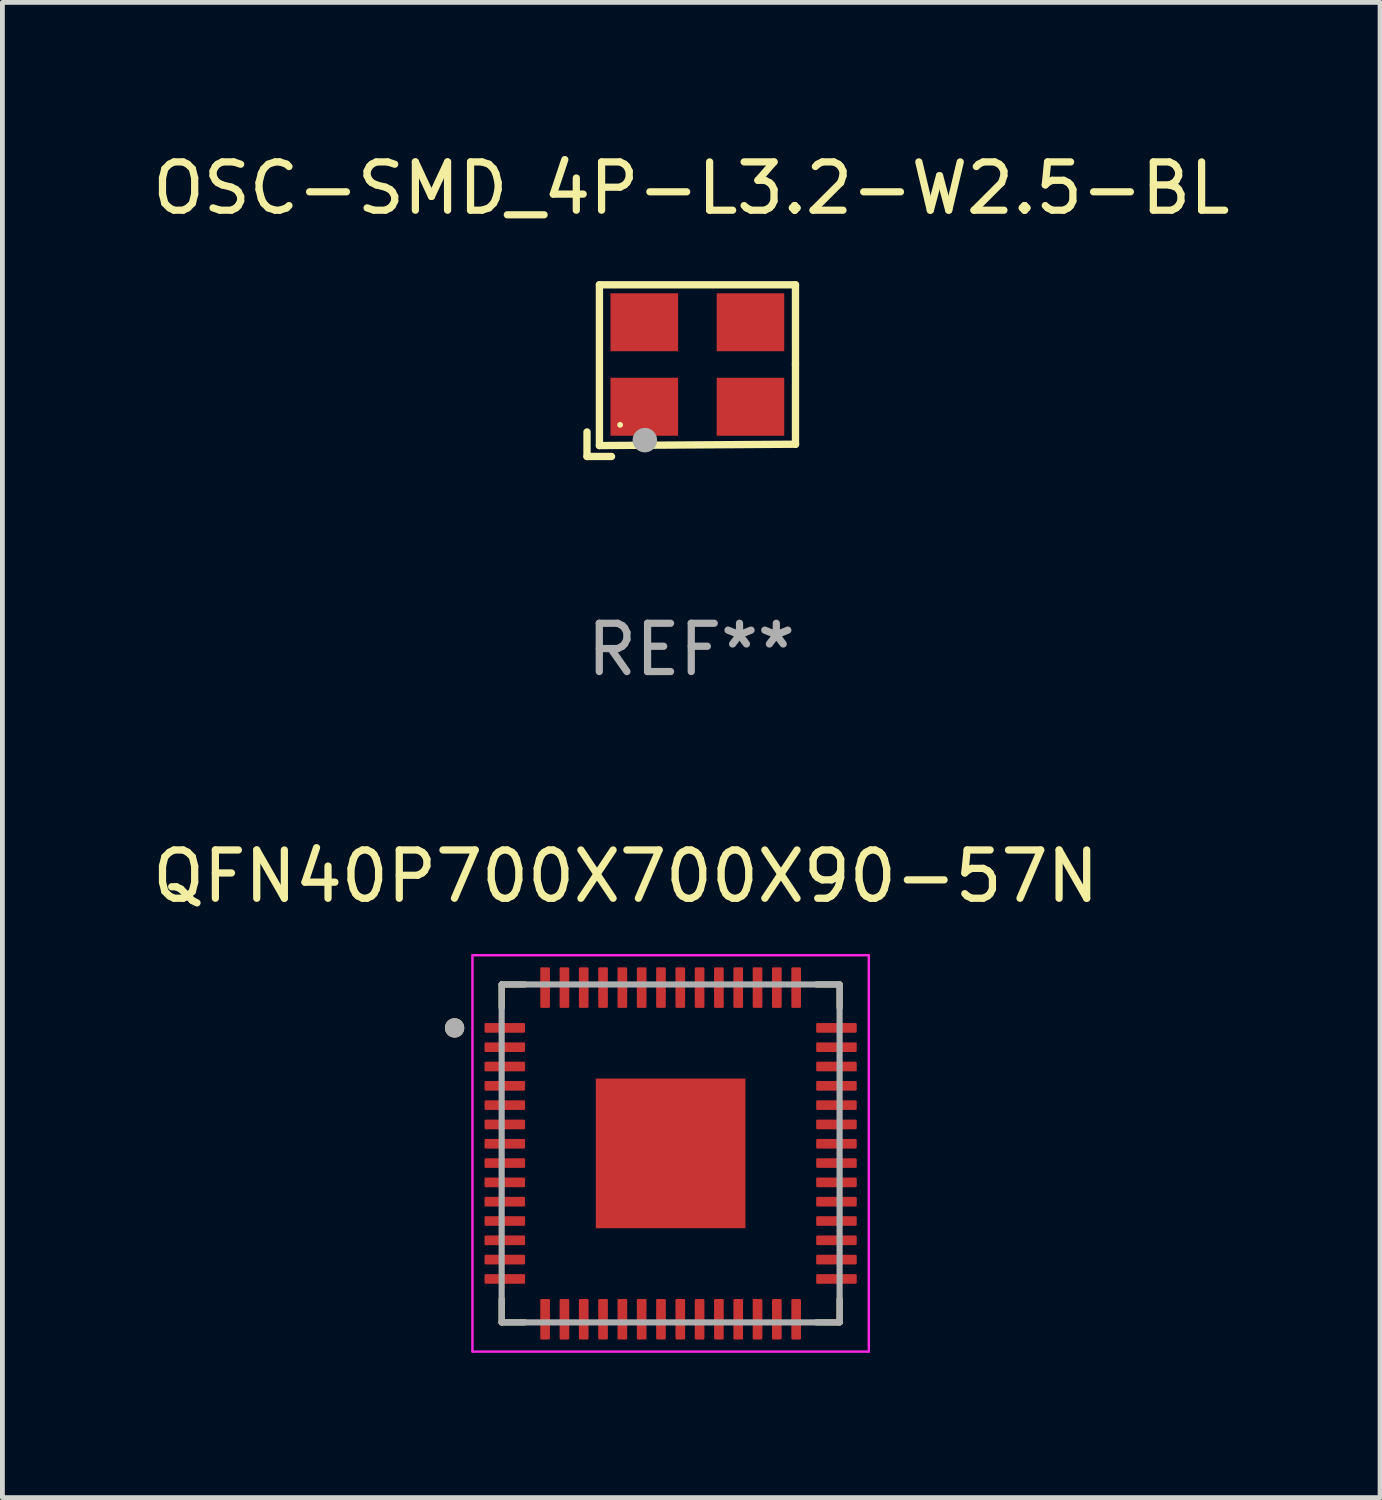
<source format=kicad_pcb>
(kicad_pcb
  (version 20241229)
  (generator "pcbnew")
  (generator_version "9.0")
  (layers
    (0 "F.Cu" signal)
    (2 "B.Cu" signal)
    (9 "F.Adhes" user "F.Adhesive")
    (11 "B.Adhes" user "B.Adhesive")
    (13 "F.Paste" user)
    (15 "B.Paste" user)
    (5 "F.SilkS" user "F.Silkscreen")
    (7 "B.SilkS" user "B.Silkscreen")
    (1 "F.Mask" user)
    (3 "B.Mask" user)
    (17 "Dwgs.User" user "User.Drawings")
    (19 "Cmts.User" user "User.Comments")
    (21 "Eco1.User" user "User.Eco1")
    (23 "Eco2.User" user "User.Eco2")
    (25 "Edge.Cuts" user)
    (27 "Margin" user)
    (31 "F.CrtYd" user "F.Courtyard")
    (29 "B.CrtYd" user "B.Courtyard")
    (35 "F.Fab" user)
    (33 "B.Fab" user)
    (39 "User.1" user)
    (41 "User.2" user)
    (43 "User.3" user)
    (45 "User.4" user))
  (footprint "OSC-SMD_4P-L3.2-W2.5-BL"
    (layer "F.Cu")
    (at 11.395 4.5)
    (property "Reference" "OSC-SMD_4P-L3.2-W2.5-BL" (at -0.127 -3.651 0) (layer "F.SilkS") (effects (font (size 1 1) (thickness 0.15))))
    (attr smd)
    (fp_line (start -2.286 1.397) (end -2.286 1.905) (stroke (width 0.152) (type solid)) (layer "F.SilkS"))
    (fp_line (start -2.286 1.905) (end -1.778 1.905) (stroke (width 0.152) (type solid)) (layer "F.SilkS"))
    (fp_line (start -2.029 -1.651) (end 2.032 -1.651) (stroke (width 0.152) (type solid)) (layer "F.SilkS"))
    (fp_line (start -2.029 1.679) (end -2.029 -1.651) (stroke (width 0.152) (type solid)) (layer "F.SilkS"))
    (fp_line (start 2.032 -1.651) (end 2.032 -0.000127) (stroke (width 0.152) (type solid)) (layer "F.SilkS"))
    (fp_line (start 2.032 -0.000127) (end 2.032 1.651) (stroke (width 0.152) (type solid)) (layer "F.SilkS"))
    (fp_line (start 2.032 1.651) (end -2.029 1.679) (stroke (width 0.152) (type solid)) (layer "F.SilkS"))
    (fp_line (start 2.032 1.651) (end 2.032 1.651) (stroke (width 0.152) (type solid)) (layer "F.SilkS"))
    (fp_circle (center -1.6 1.25) (end -1.57 1.25) (stroke (width 0.06) (type solid)) (fill no) (layer "F.SilkS"))
    (fp_circle (center -1.088 1.567) (end -0.961 1.567) (stroke (width 0.254) (type solid)) (fill no) (layer "F.Fab"))
    (fp_text user "REF**" (at -0.127 5.905 0) (layer "F.Fab") (effects (font (size 1 1) (thickness 0.15))))
    (pad "1" smd rect (at -1.1 0.875) (size 1.4 1.2) (layers "F.Cu" "F.Mask" "F.Paste"))
    (pad "2" smd rect (at 1.1 0.875) (size 1.4 1.2) (layers "F.Cu" "F.Mask" "F.Paste"))
    (pad "3" smd rect (at 1.1 -0.875) (size 1.4 1.2) (layers "F.Cu" "F.Mask" "F.Paste"))
    (pad "4" smd rect (at -1.1 -0.875) (size 1.4 1.2) (layers "F.Cu" "F.Mask" "F.Paste")))
  (footprint "QFN40P700X700X90-57N"
    (layer "F.Cu")
    (at 10.841 20.841)
    (property "Reference" "QFN40P700X700X90-57N" (at -0.93 -5.74 0) (layer "F.SilkS") (effects (font (size 1 1) (thickness 0.15))))
    (attr smd)
    (fp_line (start -3.5 -3.5) (end -3.5 -3.02) (stroke (width 0.127) (type solid)) (layer "F.SilkS"))
    (fp_line (start -3.5 -3.5) (end -3.02 -3.5) (stroke (width 0.127) (type solid)) (layer "F.SilkS"))
    (fp_line (start -3.5 3.5) (end -3.5 3.02) (stroke (width 0.127) (type solid)) (layer "F.SilkS"))
    (fp_line (start -3.5 3.5) (end -3.02 3.5) (stroke (width 0.127) (type solid)) (layer "F.SilkS"))
    (fp_line (start 3.5 -3.5) (end 3.02 -3.5) (stroke (width 0.127) (type solid)) (layer "F.SilkS"))
    (fp_line (start 3.5 -3.5) (end 3.5 -3.02) (stroke (width 0.127) (type solid)) (layer "F.SilkS"))
    (fp_line (start 3.5 3.5) (end 3.02 3.5) (stroke (width 0.127) (type solid)) (layer "F.SilkS"))
    (fp_line (start 3.5 3.5) (end 3.5 3.02) (stroke (width 0.127) (type solid)) (layer "F.SilkS"))
    (fp_circle (center -4.475 -2.6) (end -4.375 -2.6) (stroke (width 0.2) (type solid)) (fill no) (layer "F.SilkS"))
    (fp_poly (pts (xy -0.98 -0.98) (xy 0.98 -0.98) (xy 0.98 0.98) (xy -0.98 0.98)) (stroke (width 0.01) (type solid)) (fill yes) (layer "F.Paste"))
    (fp_line (start -4.105 -4.105) (end 4.105 -4.105) (stroke (width 0.05) (type solid)) (layer "F.CrtYd"))
    (fp_line (start -4.105 4.105) (end -4.105 -4.105) (stroke (width 0.05) (type solid)) (layer "F.CrtYd"))
    (fp_line (start -4.105 4.105) (end 4.105 4.105) (stroke (width 0.05) (type solid)) (layer "F.CrtYd"))
    (fp_line (start 4.105 4.105) (end 4.105 -4.105) (stroke (width 0.05) (type solid)) (layer "F.CrtYd"))
    (fp_line (start -3.5 3.5) (end -3.5 -3.5) (stroke (width 0.127) (type solid)) (layer "F.Fab"))
    (fp_line (start 3.5 -3.5) (end -3.5 -3.5) (stroke (width 0.127) (type solid)) (layer "F.Fab"))
    (fp_line (start 3.5 3.5) (end -3.5 3.5) (stroke (width 0.127) (type solid)) (layer "F.Fab"))
    (fp_line (start 3.5 3.5) (end 3.5 -3.5) (stroke (width 0.127) (type solid)) (layer "F.Fab"))
    (fp_circle (center -4.475 -2.6) (end -4.375 -2.6) (stroke (width 0.2) (type solid)) (fill no) (layer "F.Fab"))
    (pad "1" smd roundrect (at -3.435 -2.6) (size 0.84 0.2) (layers "F.Cu" "F.Mask" "F.Paste") (roundrect_rratio 0.125))
    (pad "2" smd roundrect (at -3.435 -2.2) (size 0.84 0.2) (layers "F.Cu" "F.Mask" "F.Paste") (roundrect_rratio 0.125))
    (pad "3" smd roundrect (at -3.435 -1.8) (size 0.84 0.2) (layers "F.Cu" "F.Mask" "F.Paste") (roundrect_rratio 0.125))
    (pad "4" smd roundrect (at -3.435 -1.4) (size 0.84 0.2) (layers "F.Cu" "F.Mask" "F.Paste") (roundrect_rratio 0.125))
    (pad "5" smd roundrect (at -3.435 -1) (size 0.84 0.2) (layers "F.Cu" "F.Mask" "F.Paste") (roundrect_rratio 0.125))
    (pad "6" smd roundrect (at -3.435 -0.6) (size 0.84 0.2) (layers "F.Cu" "F.Mask" "F.Paste") (roundrect_rratio 0.125))
    (pad "7" smd roundrect (at -3.435 -0.2) (size 0.84 0.2) (layers "F.Cu" "F.Mask" "F.Paste") (roundrect_rratio 0.125))
    (pad "8" smd roundrect (at -3.435 0.2) (size 0.84 0.2) (layers "F.Cu" "F.Mask" "F.Paste") (roundrect_rratio 0.125))
    (pad "9" smd roundrect (at -3.435 0.6) (size 0.84 0.2) (layers "F.Cu" "F.Mask" "F.Paste") (roundrect_rratio 0.125))
    (pad "10" smd roundrect (at -3.435 1) (size 0.84 0.2) (layers "F.Cu" "F.Mask" "F.Paste") (roundrect_rratio 0.125))
    (pad "11" smd roundrect (at -3.435 1.4) (size 0.84 0.2) (layers "F.Cu" "F.Mask" "F.Paste") (roundrect_rratio 0.125))
    (pad "12" smd roundrect (at -3.435 1.8) (size 0.84 0.2) (layers "F.Cu" "F.Mask" "F.Paste") (roundrect_rratio 0.125))
    (pad "13" smd roundrect (at -3.435 2.2) (size 0.84 0.2) (layers "F.Cu" "F.Mask" "F.Paste") (roundrect_rratio 0.125))
    (pad "14" smd roundrect (at -3.435 2.6) (size 0.84 0.2) (layers "F.Cu" "F.Mask" "F.Paste") (roundrect_rratio 0.125))
    (pad "15" smd roundrect (at -2.6 3.435) (size 0.2 0.84) (layers "F.Cu" "F.Mask" "F.Paste") (roundrect_rratio 0.125))
    (pad "16" smd roundrect (at -2.2 3.435) (size 0.2 0.84) (layers "F.Cu" "F.Mask" "F.Paste") (roundrect_rratio 0.125))
    (pad "17" smd roundrect (at -1.8 3.435) (size 0.2 0.84) (layers "F.Cu" "F.Mask" "F.Paste") (roundrect_rratio 0.125))
    (pad "18" smd roundrect (at -1.4 3.435) (size 0.2 0.84) (layers "F.Cu" "F.Mask" "F.Paste") (roundrect_rratio 0.125))
    (pad "19" smd roundrect (at -1 3.435) (size 0.2 0.84) (layers "F.Cu" "F.Mask" "F.Paste") (roundrect_rratio 0.125))
    (pad "20" smd roundrect (at -0.6 3.435) (size 0.2 0.84) (layers "F.Cu" "F.Mask" "F.Paste") (roundrect_rratio 0.125))
    (pad "21" smd roundrect (at -0.2 3.435) (size 0.2 0.84) (layers "F.Cu" "F.Mask" "F.Paste") (roundrect_rratio 0.125))
    (pad "22" smd roundrect (at 0.2 3.435) (size 0.2 0.84) (layers "F.Cu" "F.Mask" "F.Paste") (roundrect_rratio 0.125))
    (pad "23" smd roundrect (at 0.6 3.435) (size 0.2 0.84) (layers "F.Cu" "F.Mask" "F.Paste") (roundrect_rratio 0.125))
    (pad "24" smd roundrect (at 1 3.435) (size 0.2 0.84) (layers "F.Cu" "F.Mask" "F.Paste") (roundrect_rratio 0.125))
    (pad "25" smd roundrect (at 1.4 3.435) (size 0.2 0.84) (layers "F.Cu" "F.Mask" "F.Paste") (roundrect_rratio 0.125))
    (pad "26" smd roundrect (at 1.8 3.435) (size 0.2 0.84) (layers "F.Cu" "F.Mask" "F.Paste") (roundrect_rratio 0.125))
    (pad "27" smd roundrect (at 2.2 3.435) (size 0.2 0.84) (layers "F.Cu" "F.Mask" "F.Paste") (roundrect_rratio 0.125))
    (pad "28" smd roundrect (at 2.6 3.435) (size 0.2 0.84) (layers "F.Cu" "F.Mask" "F.Paste") (roundrect_rratio 0.125))
    (pad "29" smd roundrect (at 3.435 2.6) (size 0.84 0.2) (layers "F.Cu" "F.Mask" "F.Paste") (roundrect_rratio 0.125))
    (pad "30" smd roundrect (at 3.435 2.2) (size 0.84 0.2) (layers "F.Cu" "F.Mask" "F.Paste") (roundrect_rratio 0.125))
    (pad "31" smd roundrect (at 3.435 1.8) (size 0.84 0.2) (layers "F.Cu" "F.Mask" "F.Paste") (roundrect_rratio 0.125))
    (pad "32" smd roundrect (at 3.435 1.4) (size 0.84 0.2) (layers "F.Cu" "F.Mask" "F.Paste") (roundrect_rratio 0.125))
    (pad "33" smd roundrect (at 3.435 1) (size 0.84 0.2) (layers "F.Cu" "F.Mask" "F.Paste") (roundrect_rratio 0.125))
    (pad "34" smd roundrect (at 3.435 0.6) (size 0.84 0.2) (layers "F.Cu" "F.Mask" "F.Paste") (roundrect_rratio 0.125))
    (pad "35" smd roundrect (at 3.435 0.2) (size 0.84 0.2) (layers "F.Cu" "F.Mask" "F.Paste") (roundrect_rratio 0.125))
    (pad "36" smd roundrect (at 3.435 -0.2) (size 0.84 0.2) (layers "F.Cu" "F.Mask" "F.Paste") (roundrect_rratio 0.125))
    (pad "37" smd roundrect (at 3.435 -0.6) (size 0.84 0.2) (layers "F.Cu" "F.Mask" "F.Paste") (roundrect_rratio 0.125))
    (pad "38" smd roundrect (at 3.435 -1) (size 0.84 0.2) (layers "F.Cu" "F.Mask" "F.Paste") (roundrect_rratio 0.125))
    (pad "39" smd roundrect (at 3.435 -1.4) (size 0.84 0.2) (layers "F.Cu" "F.Mask" "F.Paste") (roundrect_rratio 0.125))
    (pad "40" smd roundrect (at 3.435 -1.8) (size 0.84 0.2) (layers "F.Cu" "F.Mask" "F.Paste") (roundrect_rratio 0.125))
    (pad "41" smd roundrect (at 3.435 -2.2) (size 0.84 0.2) (layers "F.Cu" "F.Mask" "F.Paste") (roundrect_rratio 0.125))
    (pad "42" smd roundrect (at 3.435 -2.6) (size 0.84 0.2) (layers "F.Cu" "F.Mask" "F.Paste") (roundrect_rratio 0.125))
    (pad "43" smd roundrect (at 2.6 -3.435) (size 0.2 0.84) (layers "F.Cu" "F.Mask" "F.Paste") (roundrect_rratio 0.125))
    (pad "44" smd roundrect (at 2.2 -3.435) (size 0.2 0.84) (layers "F.Cu" "F.Mask" "F.Paste") (roundrect_rratio 0.125))
    (pad "45" smd roundrect (at 1.8 -3.435) (size 0.2 0.84) (layers "F.Cu" "F.Mask" "F.Paste") (roundrect_rratio 0.125))
    (pad "46" smd roundrect (at 1.4 -3.435) (size 0.2 0.84) (layers "F.Cu" "F.Mask" "F.Paste") (roundrect_rratio 0.125))
    (pad "47" smd roundrect (at 1 -3.435) (size 0.2 0.84) (layers "F.Cu" "F.Mask" "F.Paste") (roundrect_rratio 0.125))
    (pad "48" smd roundrect (at 0.6 -3.435) (size 0.2 0.84) (layers "F.Cu" "F.Mask" "F.Paste") (roundrect_rratio 0.125))
    (pad "49" smd roundrect (at 0.2 -3.435) (size 0.2 0.84) (layers "F.Cu" "F.Mask" "F.Paste") (roundrect_rratio 0.125))
    (pad "50" smd roundrect (at -0.2 -3.435) (size 0.2 0.84) (layers "F.Cu" "F.Mask" "F.Paste") (roundrect_rratio 0.125))
    (pad "51" smd roundrect (at -0.6 -3.435) (size 0.2 0.84) (layers "F.Cu" "F.Mask" "F.Paste") (roundrect_rratio 0.125))
    (pad "52" smd roundrect (at -1 -3.435) (size 0.2 0.84) (layers "F.Cu" "F.Mask" "F.Paste") (roundrect_rratio 0.125))
    (pad "53" smd roundrect (at -1.4 -3.435) (size 0.2 0.84) (layers "F.Cu" "F.Mask" "F.Paste") (roundrect_rratio 0.125))
    (pad "54" smd roundrect (at -1.8 -3.435) (size 0.2 0.84) (layers "F.Cu" "F.Mask" "F.Paste") (roundrect_rratio 0.125))
    (pad "55" smd roundrect (at -2.2 -3.435) (size 0.2 0.84) (layers "F.Cu" "F.Mask" "F.Paste") (roundrect_rratio 0.125))
    (pad "56" smd roundrect (at -2.6 -3.435) (size 0.2 0.84) (layers "F.Cu" "F.Mask" "F.Paste") (roundrect_rratio 0.125))
    (pad "57" smd rect (at 0 0) (size 3.1 3.1) (layers "F.Cu" "F.Mask")))
  (gr_rect
    (start -3 -3)
    (end 25.536 27.971)
    (stroke (width 0.1) (type default))
    (fill no)
    (layer "Edge.Cuts")))
</source>
